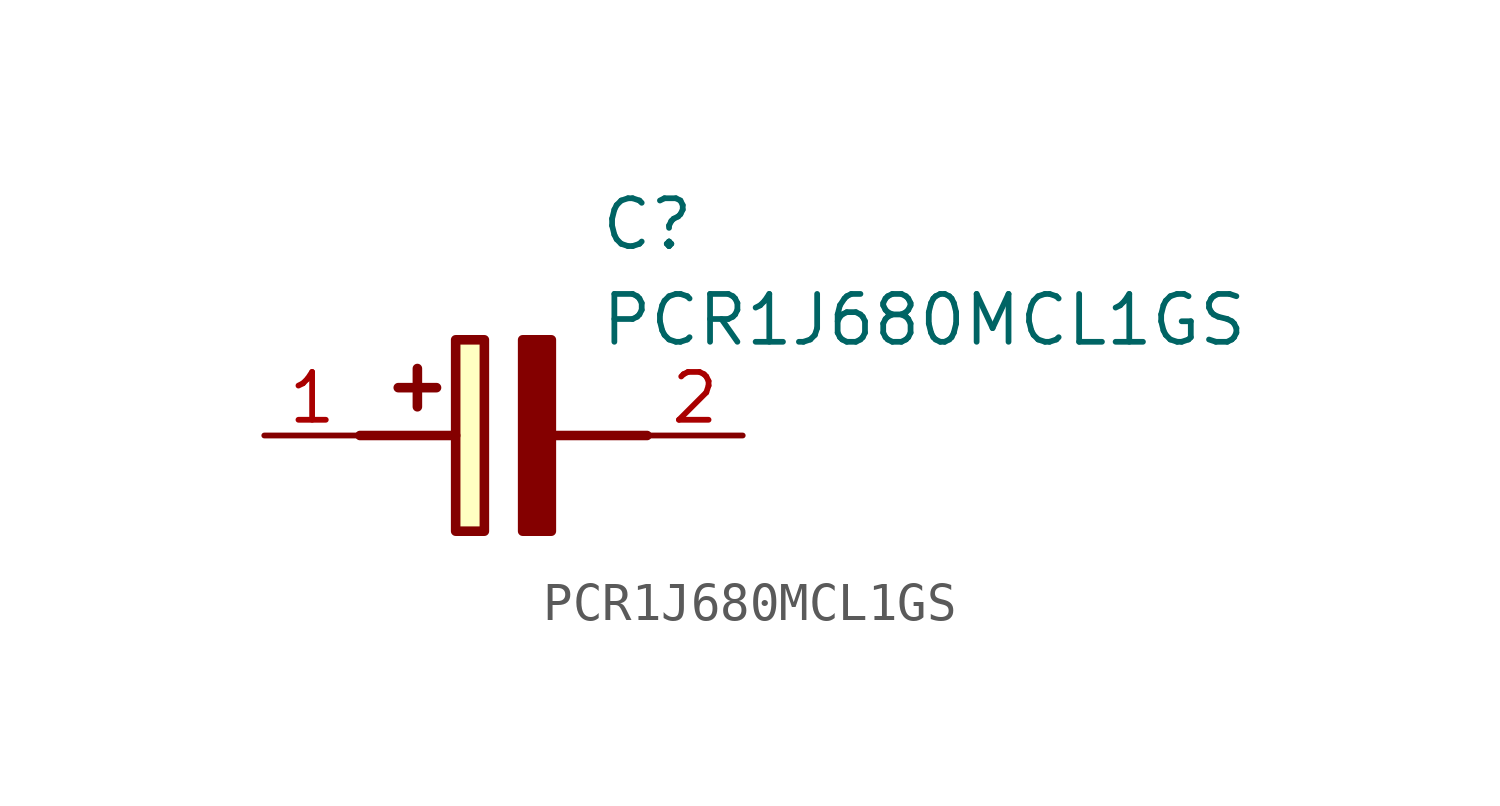
<source format=kicad_sym>
(kicad_symbol_lib
  (version 20211014)
  (generator SamacSys_ECAD_Model)
  (symbol "PCR1J680MCL1GS"
    (pin_names hide)
    (property "Reference" "C"
      (at 8.89 6.35 0)
      (effects (font (size 1.27 1.27)) (justify left top)))
    (property "Value" "PCR1J680MCL1GS"
      (at 8.89 3.81 0)
      (effects (font (size 1.27 1.27)) (justify left top)))
    (rectangle
      (start 5.08 2.54)
      (end 5.842 -2.54)
      (stroke (width 0.254) (type default))
      (fill (type background)))
    (polyline
      (pts (xy 4.572 1.27) (xy 3.556 1.27))
      (stroke (width 0.254) (type default))
      (fill (type none)))
    (polyline
      (pts (xy 4.064 1.778) (xy 4.064 0.762))
      (stroke (width 0.254) (type default))
      (fill (type none)))
    (polyline
      (pts (xy 2.54 0) (xy 5.08 0))
      (stroke (width 0.254) (type default))
      (fill (type none)))
    (polyline
      (pts (xy 7.62 0) (xy 10.16 0))
      (stroke (width 0.254) (type default))
      (fill (type none)))
    (polyline
      (pts (xy 7.62 2.54) (xy 7.62 -2.54) (xy 6.858 -2.54) (xy 6.858 2.54) (xy 7.62 2.54))
      (stroke (width 0.254) (type default))
      (fill (type outline)))
    (pin passive line
      (at 0 0 0)
      (length 2.54)
      (name "+" (effects (font (size 1.27 1.27))))
      (number "1" (effects (font (size 1.27 1.27)))))
    (pin passive line
      (at 12.7 0 180)
      (length 2.54)
      (name "-" (effects (font (size 1.27 1.27))))
      (number "2" (effects (font (size 1.27 1.27)))))))
</source>
